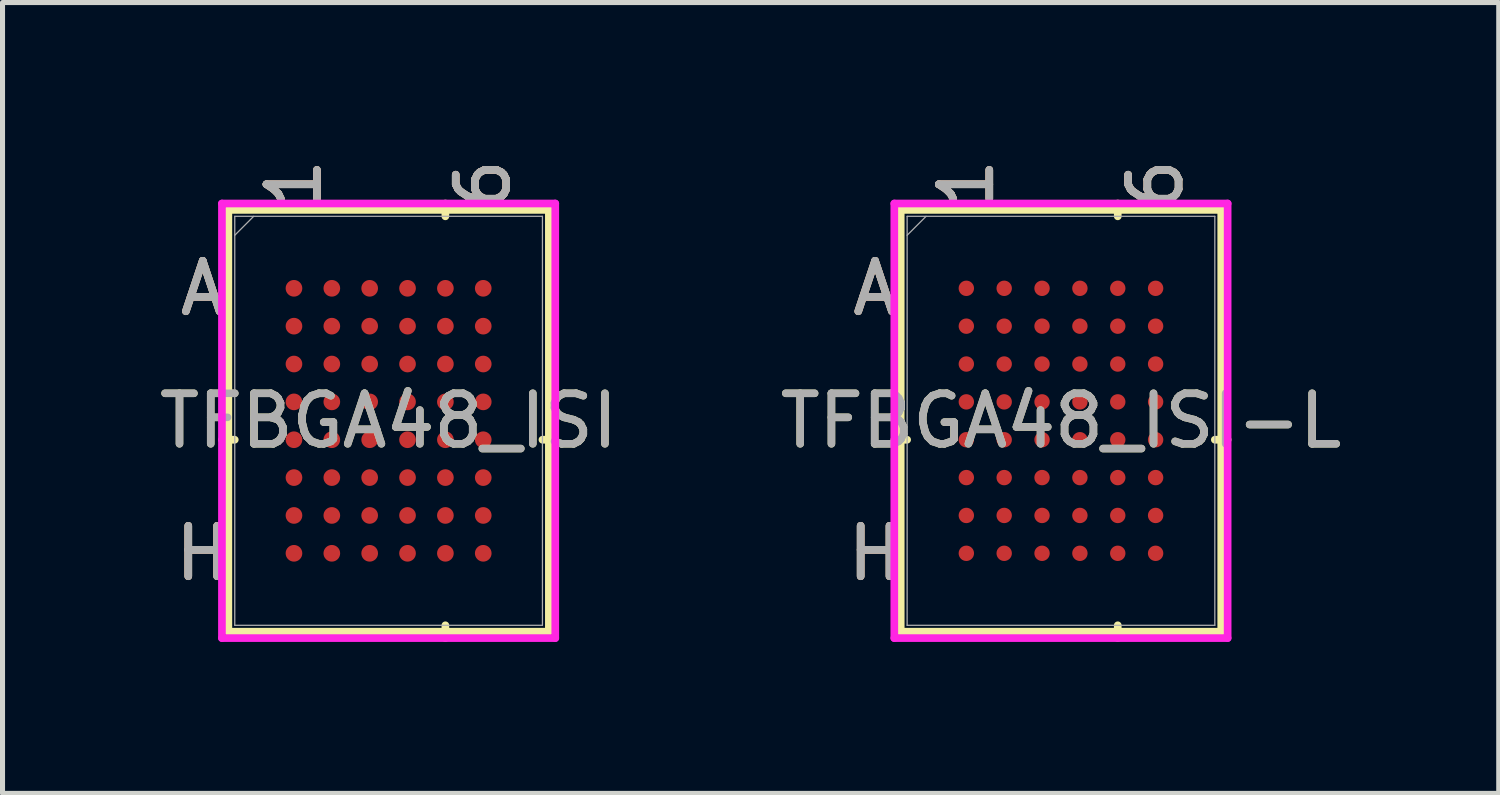
<source format=kicad_pcb>
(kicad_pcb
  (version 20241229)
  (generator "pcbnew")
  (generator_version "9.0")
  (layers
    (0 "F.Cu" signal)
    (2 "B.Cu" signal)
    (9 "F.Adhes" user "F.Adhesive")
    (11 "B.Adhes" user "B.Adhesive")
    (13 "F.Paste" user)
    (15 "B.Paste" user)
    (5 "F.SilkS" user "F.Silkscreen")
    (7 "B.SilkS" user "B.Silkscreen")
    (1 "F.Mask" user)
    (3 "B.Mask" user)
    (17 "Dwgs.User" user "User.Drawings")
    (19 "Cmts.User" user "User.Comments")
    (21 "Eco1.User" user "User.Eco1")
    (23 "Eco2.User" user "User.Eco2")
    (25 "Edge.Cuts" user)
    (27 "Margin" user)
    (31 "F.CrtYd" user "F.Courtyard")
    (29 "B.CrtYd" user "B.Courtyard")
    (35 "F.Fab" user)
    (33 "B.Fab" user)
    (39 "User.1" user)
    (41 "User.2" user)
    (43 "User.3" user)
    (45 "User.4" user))
  (footprint "TFBGA48_ISI-L"
    (layer "F.Cu")
    (at 17.97 5.287)
    (property "Reference" "TFBGA48_ISI-L" (at 0 0 0) (unlocked yes) (layer "F.SilkS") (effects (font (size 1 1) (thickness 0.15))))
    (attr smd)
    (fp_line (start -3.175 -4.178) (end -3.175 4.178) (stroke (width 0.152) (type solid)) (layer "F.SilkS"))
    (fp_line (start -3.175 4.178) (end 3.175 4.178) (stroke (width 0.152) (type solid)) (layer "F.SilkS"))
    (fp_line (start -3.048 0.375) (end -3.302 0.375) (stroke (width 0.152) (type solid)) (layer "F.SilkS"))
    (fp_line (start 1.125 -4.051) (end 1.125 -4.305) (stroke (width 0.152) (type solid)) (layer "F.SilkS"))
    (fp_line (start 1.125 4.051) (end 1.125 4.305) (stroke (width 0.152) (type solid)) (layer "F.SilkS"))
    (fp_line (start 3.048 0.375) (end 3.302 0.375) (stroke (width 0.152) (type solid)) (layer "F.SilkS"))
    (fp_line (start 3.175 -4.178) (end -3.175 -4.178) (stroke (width 0.152) (type solid)) (layer "F.SilkS"))
    (fp_line (start 3.175 4.178) (end 3.175 -4.178) (stroke (width 0.152) (type solid)) (layer "F.SilkS"))
    (fp_poly (pts (xy -2.695 -3.445) (xy 2.695 -3.445) (xy 2.695 3.445) (xy -2.695 3.445)) (stroke (width 0.1) (type solid)) (fill no) (layer "Eco2.User"))
    (fp_line (start -3.302 -4.305) (end 3.302 -4.305) (stroke (width 0.152) (type solid)) (layer "F.CrtYd"))
    (fp_line (start -3.302 4.305) (end -3.302 -4.305) (stroke (width 0.152) (type solid)) (layer "F.CrtYd"))
    (fp_line (start 3.302 -4.305) (end 3.302 4.305) (stroke (width 0.152) (type solid)) (layer "F.CrtYd"))
    (fp_line (start 3.302 4.305) (end -3.302 4.305) (stroke (width 0.152) (type solid)) (layer "F.CrtYd"))
    (fp_line (start -3.048 -4.051) (end -3.048 4.051) (stroke (width 0.025) (type solid)) (layer "F.Fab"))
    (fp_line (start -3.048 4.051) (end 3.048 4.051) (stroke (width 0.025) (type solid)) (layer "F.Fab"))
    (fp_line (start -2.673 -4.051) (end -3.048 -3.676) (stroke (width 0.025) (type solid)) (layer "F.Fab"))
    (fp_line (start 3.048 -4.051) (end -3.048 -4.051) (stroke (width 0.025) (type solid)) (layer "F.Fab"))
    (fp_line (start 3.048 4.051) (end 3.048 -4.051) (stroke (width 0.025) (type solid)) (layer "F.Fab"))
    (fp_text user "H" (at -3.683 2.625 0) (unlocked yes) (layer "F.SilkS") (effects (font (size 1 1) (thickness 0.15))))
    (fp_text user "A" (at -3.683 -2.625 0) (unlocked yes) (layer "F.SilkS") (effects (font (size 1 1) (thickness 0.15))))
    (fp_text user "6" (at 1.875 -4.686 90) (unlocked yes) (layer "F.SilkS") (effects (font (size 1 1) (thickness 0.15))))
    (fp_text user "1" (at -1.875 -4.686 90) (unlocked yes) (layer "F.SilkS") (effects (font (size 1 1) (thickness 0.15))))
    (fp_text user "A" (at -3.683 -2.625 0) (unlocked yes) (layer "B.SilkS") (effects (font (size 1 1) (thickness 0.15))))
    (fp_text user "1" (at -1.875 -4.686 90) (unlocked yes) (layer "B.SilkS") (effects (font (size 1 1) (thickness 0.15))))
    (fp_text user "6" (at 1.875 -4.686 90) (unlocked yes) (layer "B.SilkS") (effects (font (size 1 1) (thickness 0.15))))
    (fp_text user "H" (at -3.683 2.625 0) (unlocked yes) (layer "B.SilkS") (effects (font (size 1 1) (thickness 0.15))))
    (fp_text user "H" (at -3.683 2.625 0) (unlocked yes) (layer "F.Fab") (effects (font (size 1 1) (thickness 0.15))))
    (fp_text user "1" (at -1.875 -4.686 90) (unlocked yes) (layer "F.Fab") (effects (font (size 1 1) (thickness 0.15))))
    (fp_text user "${REFERENCE}" (at 0 0 0) (unlocked yes) (layer "F.Fab") (effects (font (size 1 1) (thickness 0.15))))
    (fp_text user "A" (at -3.683 -2.625 0) (unlocked yes) (layer "F.Fab") (effects (font (size 1 1) (thickness 0.15))))
    (fp_text user "6" (at 1.875 -4.686 90) (unlocked yes) (layer "F.Fab") (effects (font (size 1 1) (thickness 0.15))))
    (pad "A1" smd circle (at -1.875 -2.625) (size 0.305 0.305) (layers "F.Cu" "F.Mask" "F.Paste"))
    (pad "A2" smd circle (at -1.125 -2.625) (size 0.305 0.305) (layers "F.Cu" "F.Mask" "F.Paste"))
    (pad "A3" smd circle (at -0.375 -2.625) (size 0.305 0.305) (layers "F.Cu" "F.Mask" "F.Paste"))
    (pad "A4" smd circle (at 0.375 -2.625) (size 0.305 0.305) (layers "F.Cu" "F.Mask" "F.Paste"))
    (pad "A5" smd circle (at 1.125 -2.625) (size 0.305 0.305) (layers "F.Cu" "F.Mask" "F.Paste"))
    (pad "A6" smd circle (at 1.875 -2.625) (size 0.305 0.305) (layers "F.Cu" "F.Mask" "F.Paste"))
    (pad "B1" smd circle (at -1.875 -1.875) (size 0.305 0.305) (layers "F.Cu" "F.Mask" "F.Paste"))
    (pad "B2" smd circle (at -1.125 -1.875) (size 0.305 0.305) (layers "F.Cu" "F.Mask" "F.Paste"))
    (pad "B3" smd circle (at -0.375 -1.875) (size 0.305 0.305) (layers "F.Cu" "F.Mask" "F.Paste"))
    (pad "B4" smd circle (at 0.375 -1.875) (size 0.305 0.305) (layers "F.Cu" "F.Mask" "F.Paste"))
    (pad "B5" smd circle (at 1.125 -1.875) (size 0.305 0.305) (layers "F.Cu" "F.Mask" "F.Paste"))
    (pad "B6" smd circle (at 1.875 -1.875) (size 0.305 0.305) (layers "F.Cu" "F.Mask" "F.Paste"))
    (pad "C1" smd circle (at -1.875 -1.125) (size 0.305 0.305) (layers "F.Cu" "F.Mask" "F.Paste"))
    (pad "C2" smd circle (at -1.125 -1.125) (size 0.305 0.305) (layers "F.Cu" "F.Mask" "F.Paste"))
    (pad "C3" smd circle (at -0.375 -1.125) (size 0.305 0.305) (layers "F.Cu" "F.Mask" "F.Paste"))
    (pad "C4" smd circle (at 0.375 -1.125) (size 0.305 0.305) (layers "F.Cu" "F.Mask" "F.Paste"))
    (pad "C5" smd circle (at 1.125 -1.125) (size 0.305 0.305) (layers "F.Cu" "F.Mask" "F.Paste"))
    (pad "C6" smd circle (at 1.875 -1.125) (size 0.305 0.305) (layers "F.Cu" "F.Mask" "F.Paste"))
    (pad "D1" smd circle (at -1.875 -0.375) (size 0.305 0.305) (layers "F.Cu" "F.Mask" "F.Paste"))
    (pad "D2" smd circle (at -1.125 -0.375) (size 0.305 0.305) (layers "F.Cu" "F.Mask" "F.Paste"))
    (pad "D3" smd circle (at -0.375 -0.375) (size 0.305 0.305) (layers "F.Cu" "F.Mask" "F.Paste"))
    (pad "D4" smd circle (at 0.375 -0.375) (size 0.305 0.305) (layers "F.Cu" "F.Mask" "F.Paste"))
    (pad "D5" smd circle (at 1.125 -0.375) (size 0.305 0.305) (layers "F.Cu" "F.Mask" "F.Paste"))
    (pad "D6" smd circle (at 1.875 -0.375) (size 0.305 0.305) (layers "F.Cu" "F.Mask" "F.Paste"))
    (pad "E1" smd circle (at -1.875 0.375) (size 0.305 0.305) (layers "F.Cu" "F.Mask" "F.Paste"))
    (pad "E2" smd circle (at -1.125 0.375) (size 0.305 0.305) (layers "F.Cu" "F.Mask" "F.Paste"))
    (pad "E3" smd circle (at -0.375 0.375) (size 0.305 0.305) (layers "F.Cu" "F.Mask" "F.Paste"))
    (pad "E4" smd circle (at 0.375 0.375) (size 0.305 0.305) (layers "F.Cu" "F.Mask" "F.Paste"))
    (pad "E5" smd circle (at 1.125 0.375) (size 0.305 0.305) (layers "F.Cu" "F.Mask" "F.Paste"))
    (pad "E6" smd circle (at 1.875 0.375) (size 0.305 0.305) (layers "F.Cu" "F.Mask" "F.Paste"))
    (pad "F1" smd circle (at -1.875 1.125) (size 0.305 0.305) (layers "F.Cu" "F.Mask" "F.Paste"))
    (pad "F2" smd circle (at -1.125 1.125) (size 0.305 0.305) (layers "F.Cu" "F.Mask" "F.Paste"))
    (pad "F3" smd circle (at -0.375 1.125) (size 0.305 0.305) (layers "F.Cu" "F.Mask" "F.Paste"))
    (pad "F4" smd circle (at 0.375 1.125) (size 0.305 0.305) (layers "F.Cu" "F.Mask" "F.Paste"))
    (pad "F5" smd circle (at 1.125 1.125) (size 0.305 0.305) (layers "F.Cu" "F.Mask" "F.Paste"))
    (pad "F6" smd circle (at 1.875 1.125) (size 0.305 0.305) (layers "F.Cu" "F.Mask" "F.Paste"))
    (pad "G1" smd circle (at -1.875 1.875) (size 0.305 0.305) (layers "F.Cu" "F.Mask" "F.Paste"))
    (pad "G2" smd circle (at -1.125 1.875) (size 0.305 0.305) (layers "F.Cu" "F.Mask" "F.Paste"))
    (pad "G3" smd circle (at -0.375 1.875) (size 0.305 0.305) (layers "F.Cu" "F.Mask" "F.Paste"))
    (pad "G4" smd circle (at 0.375 1.875) (size 0.305 0.305) (layers "F.Cu" "F.Mask" "F.Paste"))
    (pad "G5" smd circle (at 1.125 1.875) (size 0.305 0.305) (layers "F.Cu" "F.Mask" "F.Paste"))
    (pad "G6" smd circle (at 1.875 1.875) (size 0.305 0.305) (layers "F.Cu" "F.Mask" "F.Paste"))
    (pad "H1" smd circle (at -1.875 2.625) (size 0.305 0.305) (layers "F.Cu" "F.Mask" "F.Paste"))
    (pad "H2" smd circle (at -1.125 2.625) (size 0.305 0.305) (layers "F.Cu" "F.Mask" "F.Paste"))
    (pad "H3" smd circle (at -0.375 2.625) (size 0.305 0.305) (layers "F.Cu" "F.Mask" "F.Paste"))
    (pad "H4" smd circle (at 0.375 2.625) (size 0.305 0.305) (layers "F.Cu" "F.Mask" "F.Paste"))
    (pad "H5" smd circle (at 1.125 2.625) (size 0.305 0.305) (layers "F.Cu" "F.Mask" "F.Paste"))
    (pad "H6" smd circle (at 1.875 2.625) (size 0.305 0.305) (layers "F.Cu" "F.Mask" "F.Paste")))
  (footprint "TFBGA48_ISI"
    (layer "F.Cu")
    (at 4.649 5.287)
    (property "Reference" "TFBGA48_ISI" (at 0 0 0) (unlocked yes) (layer "F.SilkS") (effects (font (size 1 1) (thickness 0.15))))
    (attr smd)
    (fp_line (start -3.175 -4.178) (end -3.175 4.178) (stroke (width 0.152) (type solid)) (layer "F.SilkS"))
    (fp_line (start -3.175 4.178) (end 3.175 4.178) (stroke (width 0.152) (type solid)) (layer "F.SilkS"))
    (fp_line (start -3.048 0.375) (end -3.302 0.375) (stroke (width 0.152) (type solid)) (layer "F.SilkS"))
    (fp_line (start 1.125 -4.051) (end 1.125 -4.305) (stroke (width 0.152) (type solid)) (layer "F.SilkS"))
    (fp_line (start 1.125 4.051) (end 1.125 4.305) (stroke (width 0.152) (type solid)) (layer "F.SilkS"))
    (fp_line (start 3.048 0.375) (end 3.302 0.375) (stroke (width 0.152) (type solid)) (layer "F.SilkS"))
    (fp_line (start 3.175 -4.178) (end -3.175 -4.178) (stroke (width 0.152) (type solid)) (layer "F.SilkS"))
    (fp_line (start 3.175 4.178) (end 3.175 -4.178) (stroke (width 0.152) (type solid)) (layer "F.SilkS"))
    (fp_poly (pts (xy -2.695 -3.445) (xy 2.695 -3.445) (xy 2.695 3.445) (xy -2.695 3.445)) (stroke (width 0.1) (type solid)) (fill no) (layer "Eco2.User"))
    (fp_line (start -3.302 -4.305) (end 3.302 -4.305) (stroke (width 0.152) (type solid)) (layer "F.CrtYd"))
    (fp_line (start -3.302 4.305) (end -3.302 -4.305) (stroke (width 0.152) (type solid)) (layer "F.CrtYd"))
    (fp_line (start 3.302 -4.305) (end 3.302 4.305) (stroke (width 0.152) (type solid)) (layer "F.CrtYd"))
    (fp_line (start 3.302 4.305) (end -3.302 4.305) (stroke (width 0.152) (type solid)) (layer "F.CrtYd"))
    (fp_line (start -3.048 -4.051) (end -3.048 4.051) (stroke (width 0.025) (type solid)) (layer "F.Fab"))
    (fp_line (start -3.048 4.051) (end 3.048 4.051) (stroke (width 0.025) (type solid)) (layer "F.Fab"))
    (fp_line (start -2.673 -4.051) (end -3.048 -3.676) (stroke (width 0.025) (type solid)) (layer "F.Fab"))
    (fp_line (start 3.048 -4.051) (end -3.048 -4.051) (stroke (width 0.025) (type solid)) (layer "F.Fab"))
    (fp_line (start 3.048 4.051) (end 3.048 -4.051) (stroke (width 0.025) (type solid)) (layer "F.Fab"))
    (fp_text user "H" (at -3.683 2.625 0) (unlocked yes) (layer "F.SilkS") (effects (font (size 1 1) (thickness 0.15))))
    (fp_text user "1" (at -1.875 -4.686 90) (unlocked yes) (layer "F.SilkS") (effects (font (size 1 1) (thickness 0.15))))
    (fp_text user "6" (at 1.875 -4.686 90) (unlocked yes) (layer "F.SilkS") (effects (font (size 1 1) (thickness 0.15))))
    (fp_text user "A" (at -3.683 -2.625 0) (unlocked yes) (layer "F.SilkS") (effects (font (size 1 1) (thickness 0.15))))
    (fp_text user "H" (at -3.683 2.625 0) (unlocked yes) (layer "B.SilkS") (effects (font (size 1 1) (thickness 0.15))))
    (fp_text user "A" (at -3.683 -2.625 0) (unlocked yes) (layer "B.SilkS") (effects (font (size 1 1) (thickness 0.15))))
    (fp_text user "6" (at 1.875 -4.686 90) (unlocked yes) (layer "B.SilkS") (effects (font (size 1 1) (thickness 0.15))))
    (fp_text user "1" (at -1.875 -4.686 90) (unlocked yes) (layer "B.SilkS") (effects (font (size 1 1) (thickness 0.15))))
    (fp_text user "6" (at 1.875 -4.686 90) (unlocked yes) (layer "F.Fab") (effects (font (size 1 1) (thickness 0.15))))
    (fp_text user "A" (at -3.683 -2.625 0) (unlocked yes) (layer "F.Fab") (effects (font (size 1 1) (thickness 0.15))))
    (fp_text user "${REFERENCE}" (at 0 0 0) (unlocked yes) (layer "F.Fab") (effects (font (size 1 1) (thickness 0.15))))
    (fp_text user "1" (at -1.875 -4.686 90) (unlocked yes) (layer "F.Fab") (effects (font (size 1 1) (thickness 0.15))))
    (fp_text user "H" (at -3.683 2.625 0) (unlocked yes) (layer "F.Fab") (effects (font (size 1 1) (thickness 0.15))))
    (pad "A1" smd circle (at -1.875 -2.625) (size 0.33 0.33) (layers "F.Cu" "F.Mask" "F.Paste"))
    (pad "A2" smd circle (at -1.125 -2.625) (size 0.33 0.33) (layers "F.Cu" "F.Mask" "F.Paste"))
    (pad "A3" smd circle (at -0.375 -2.625) (size 0.33 0.33) (layers "F.Cu" "F.Mask" "F.Paste"))
    (pad "A4" smd circle (at 0.375 -2.625) (size 0.33 0.33) (layers "F.Cu" "F.Mask" "F.Paste"))
    (pad "A5" smd circle (at 1.125 -2.625) (size 0.33 0.33) (layers "F.Cu" "F.Mask" "F.Paste"))
    (pad "A6" smd circle (at 1.875 -2.625) (size 0.33 0.33) (layers "F.Cu" "F.Mask" "F.Paste"))
    (pad "B1" smd circle (at -1.875 -1.875) (size 0.33 0.33) (layers "F.Cu" "F.Mask" "F.Paste"))
    (pad "B2" smd circle (at -1.125 -1.875) (size 0.33 0.33) (layers "F.Cu" "F.Mask" "F.Paste"))
    (pad "B3" smd circle (at -0.375 -1.875) (size 0.33 0.33) (layers "F.Cu" "F.Mask" "F.Paste"))
    (pad "B4" smd circle (at 0.375 -1.875) (size 0.33 0.33) (layers "F.Cu" "F.Mask" "F.Paste"))
    (pad "B5" smd circle (at 1.125 -1.875) (size 0.33 0.33) (layers "F.Cu" "F.Mask" "F.Paste"))
    (pad "B6" smd circle (at 1.875 -1.875) (size 0.33 0.33) (layers "F.Cu" "F.Mask" "F.Paste"))
    (pad "C1" smd circle (at -1.875 -1.125) (size 0.33 0.33) (layers "F.Cu" "F.Mask" "F.Paste"))
    (pad "C2" smd circle (at -1.125 -1.125) (size 0.33 0.33) (layers "F.Cu" "F.Mask" "F.Paste"))
    (pad "C3" smd circle (at -0.375 -1.125) (size 0.33 0.33) (layers "F.Cu" "F.Mask" "F.Paste"))
    (pad "C4" smd circle (at 0.375 -1.125) (size 0.33 0.33) (layers "F.Cu" "F.Mask" "F.Paste"))
    (pad "C5" smd circle (at 1.125 -1.125) (size 0.33 0.33) (layers "F.Cu" "F.Mask" "F.Paste"))
    (pad "C6" smd circle (at 1.875 -1.125) (size 0.33 0.33) (layers "F.Cu" "F.Mask" "F.Paste"))
    (pad "D1" smd circle (at -1.875 -0.375) (size 0.33 0.33) (layers "F.Cu" "F.Mask" "F.Paste"))
    (pad "D2" smd circle (at -1.125 -0.375) (size 0.33 0.33) (layers "F.Cu" "F.Mask" "F.Paste"))
    (pad "D3" smd circle (at -0.375 -0.375) (size 0.33 0.33) (layers "F.Cu" "F.Mask" "F.Paste"))
    (pad "D4" smd circle (at 0.375 -0.375) (size 0.33 0.33) (layers "F.Cu" "F.Mask" "F.Paste"))
    (pad "D5" smd circle (at 1.125 -0.375) (size 0.33 0.33) (layers "F.Cu" "F.Mask" "F.Paste"))
    (pad "D6" smd circle (at 1.875 -0.375) (size 0.33 0.33) (layers "F.Cu" "F.Mask" "F.Paste"))
    (pad "E1" smd circle (at -1.875 0.375) (size 0.33 0.33) (layers "F.Cu" "F.Mask" "F.Paste"))
    (pad "E2" smd circle (at -1.125 0.375) (size 0.33 0.33) (layers "F.Cu" "F.Mask" "F.Paste"))
    (pad "E3" smd circle (at -0.375 0.375) (size 0.33 0.33) (layers "F.Cu" "F.Mask" "F.Paste"))
    (pad "E4" smd circle (at 0.375 0.375) (size 0.33 0.33) (layers "F.Cu" "F.Mask" "F.Paste"))
    (pad "E5" smd circle (at 1.125 0.375) (size 0.33 0.33) (layers "F.Cu" "F.Mask" "F.Paste"))
    (pad "E6" smd circle (at 1.875 0.375) (size 0.33 0.33) (layers "F.Cu" "F.Mask" "F.Paste"))
    (pad "F1" smd circle (at -1.875 1.125) (size 0.33 0.33) (layers "F.Cu" "F.Mask" "F.Paste"))
    (pad "F2" smd circle (at -1.125 1.125) (size 0.33 0.33) (layers "F.Cu" "F.Mask" "F.Paste"))
    (pad "F3" smd circle (at -0.375 1.125) (size 0.33 0.33) (layers "F.Cu" "F.Mask" "F.Paste"))
    (pad "F4" smd circle (at 0.375 1.125) (size 0.33 0.33) (layers "F.Cu" "F.Mask" "F.Paste"))
    (pad "F5" smd circle (at 1.125 1.125) (size 0.33 0.33) (layers "F.Cu" "F.Mask" "F.Paste"))
    (pad "F6" smd circle (at 1.875 1.125) (size 0.33 0.33) (layers "F.Cu" "F.Mask" "F.Paste"))
    (pad "G1" smd circle (at -1.875 1.875) (size 0.33 0.33) (layers "F.Cu" "F.Mask" "F.Paste"))
    (pad "G2" smd circle (at -1.125 1.875) (size 0.33 0.33) (layers "F.Cu" "F.Mask" "F.Paste"))
    (pad "G3" smd circle (at -0.375 1.875) (size 0.33 0.33) (layers "F.Cu" "F.Mask" "F.Paste"))
    (pad "G4" smd circle (at 0.375 1.875) (size 0.33 0.33) (layers "F.Cu" "F.Mask" "F.Paste"))
    (pad "G5" smd circle (at 1.125 1.875) (size 0.33 0.33) (layers "F.Cu" "F.Mask" "F.Paste"))
    (pad "G6" smd circle (at 1.875 1.875) (size 0.33 0.33) (layers "F.Cu" "F.Mask" "F.Paste"))
    (pad "H1" smd circle (at -1.875 2.625) (size 0.33 0.33) (layers "F.Cu" "F.Mask" "F.Paste"))
    (pad "H2" smd circle (at -1.125 2.625) (size 0.33 0.33) (layers "F.Cu" "F.Mask" "F.Paste"))
    (pad "H3" smd circle (at -0.375 2.625) (size 0.33 0.33) (layers "F.Cu" "F.Mask" "F.Paste"))
    (pad "H4" smd circle (at 0.375 2.625) (size 0.33 0.33) (layers "F.Cu" "F.Mask" "F.Paste"))
    (pad "H5" smd circle (at 1.125 2.625) (size 0.33 0.33) (layers "F.Cu" "F.Mask" "F.Paste"))
    (pad "H6" smd circle (at 1.875 2.625) (size 0.33 0.33) (layers "F.Cu" "F.Mask" "F.Paste")))
  (gr_rect
    (start -3 -3)
    (end 26.643 12.669)
    (stroke (width 0.1) (type default))
    (fill no)
    (layer "Edge.Cuts")))
</source>
